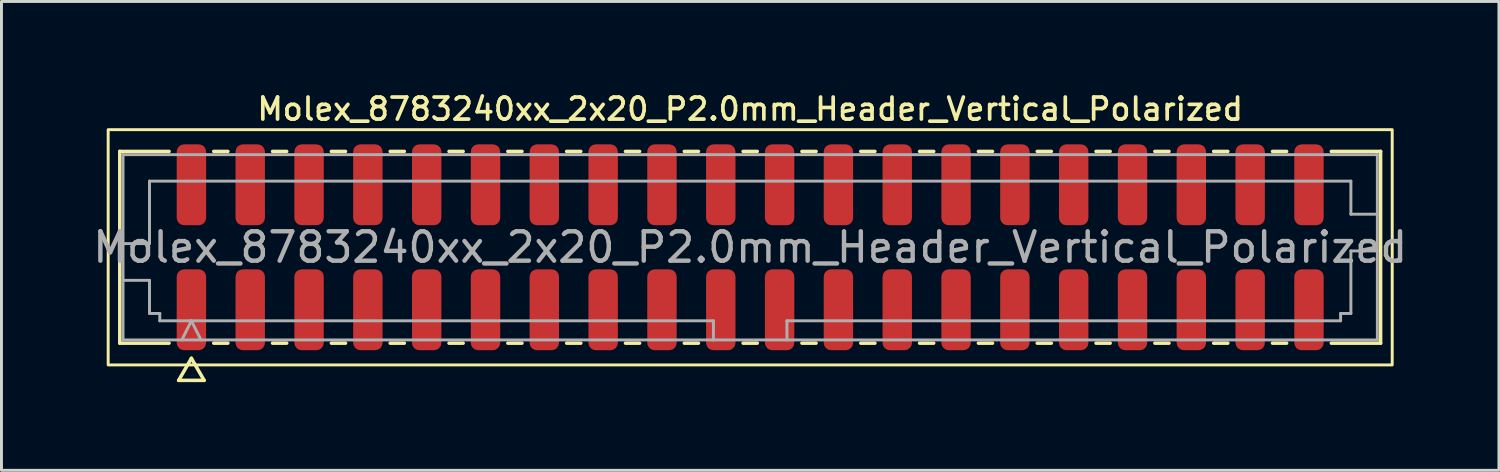
<source format=kicad_pcb>
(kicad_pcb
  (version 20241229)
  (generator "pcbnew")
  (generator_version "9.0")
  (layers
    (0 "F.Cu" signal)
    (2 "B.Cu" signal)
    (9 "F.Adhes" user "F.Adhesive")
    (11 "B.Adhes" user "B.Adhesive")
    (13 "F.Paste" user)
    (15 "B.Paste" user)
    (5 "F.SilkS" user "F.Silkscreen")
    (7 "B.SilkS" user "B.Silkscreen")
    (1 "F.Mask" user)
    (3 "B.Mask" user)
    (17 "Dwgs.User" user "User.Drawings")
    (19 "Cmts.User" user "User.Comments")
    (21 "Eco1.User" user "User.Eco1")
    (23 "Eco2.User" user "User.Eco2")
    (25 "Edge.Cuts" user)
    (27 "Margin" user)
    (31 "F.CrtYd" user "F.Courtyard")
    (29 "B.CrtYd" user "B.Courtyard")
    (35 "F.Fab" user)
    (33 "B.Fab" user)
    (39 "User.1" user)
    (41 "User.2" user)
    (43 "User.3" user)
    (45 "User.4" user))
  (footprint "Molex_8783240xx_2x20_P2.0mm_Header_Vertical_Polarized"
    (layer "F.Cu")
    (at 22.458 5.358)
    (property "Reference" "Molex_8783240xx_2x20_P2.0mm_Header_Vertical_Polarized" (at 0 -4.7 0) (layer "F.SilkS") (effects (font (size 0.75 0.75) (thickness 0.125))))
    (attr smd)
    (fp_line (start -21.435 -3.26) (end -19.76 -3.26) (stroke (width 0.12) (type solid)) (layer "F.SilkS"))
    (fp_line (start -21.435 3.26) (end -21.435 -3.26) (stroke (width 0.12) (type solid)) (layer "F.SilkS"))
    (fp_line (start -19.76 3.26) (end -21.435 3.26) (stroke (width 0.12) (type solid)) (layer "F.SilkS"))
    (fp_line (start -19.433 4.525) (end -19 3.775) (stroke (width 0.12) (type solid)) (layer "F.SilkS"))
    (fp_line (start -19 3.775) (end -18.567 4.525) (stroke (width 0.12) (type solid)) (layer "F.SilkS"))
    (fp_line (start -18.567 4.525) (end -19.433 4.525) (stroke (width 0.12) (type solid)) (layer "F.SilkS"))
    (fp_line (start -18.24 -3.26) (end -17.76 -3.26) (stroke (width 0.12) (type solid)) (layer "F.SilkS"))
    (fp_line (start -17.76 3.26) (end -18.24 3.26) (stroke (width 0.12) (type solid)) (layer "F.SilkS"))
    (fp_line (start -16.24 -3.26) (end -15.76 -3.26) (stroke (width 0.12) (type solid)) (layer "F.SilkS"))
    (fp_line (start -15.76 3.26) (end -16.24 3.26) (stroke (width 0.12) (type solid)) (layer "F.SilkS"))
    (fp_line (start -14.24 -3.26) (end -13.76 -3.26) (stroke (width 0.12) (type solid)) (layer "F.SilkS"))
    (fp_line (start -13.76 3.26) (end -14.24 3.26) (stroke (width 0.12) (type solid)) (layer "F.SilkS"))
    (fp_line (start -12.24 -3.26) (end -11.76 -3.26) (stroke (width 0.12) (type solid)) (layer "F.SilkS"))
    (fp_line (start -11.76 3.26) (end -12.24 3.26) (stroke (width 0.12) (type solid)) (layer "F.SilkS"))
    (fp_line (start -10.24 -3.26) (end -9.76 -3.26) (stroke (width 0.12) (type solid)) (layer "F.SilkS"))
    (fp_line (start -9.76 3.26) (end -10.24 3.26) (stroke (width 0.12) (type solid)) (layer "F.SilkS"))
    (fp_line (start -8.24 -3.26) (end -7.76 -3.26) (stroke (width 0.12) (type solid)) (layer "F.SilkS"))
    (fp_line (start -7.76 3.26) (end -8.24 3.26) (stroke (width 0.12) (type solid)) (layer "F.SilkS"))
    (fp_line (start -6.24 -3.26) (end -5.76 -3.26) (stroke (width 0.12) (type solid)) (layer "F.SilkS"))
    (fp_line (start -5.76 3.26) (end -6.24 3.26) (stroke (width 0.12) (type solid)) (layer "F.SilkS"))
    (fp_line (start -4.24 -3.26) (end -3.76 -3.26) (stroke (width 0.12) (type solid)) (layer "F.SilkS"))
    (fp_line (start -3.76 3.26) (end -4.24 3.26) (stroke (width 0.12) (type solid)) (layer "F.SilkS"))
    (fp_line (start -2.24 -3.26) (end -1.76 -3.26) (stroke (width 0.12) (type solid)) (layer "F.SilkS"))
    (fp_line (start -1.76 3.26) (end -2.24 3.26) (stroke (width 0.12) (type solid)) (layer "F.SilkS"))
    (fp_line (start -0.24 -3.26) (end 0.24 -3.26) (stroke (width 0.12) (type solid)) (layer "F.SilkS"))
    (fp_line (start 0.24 3.26) (end -0.24 3.26) (stroke (width 0.12) (type solid)) (layer "F.SilkS"))
    (fp_line (start 1.76 -3.26) (end 2.24 -3.26) (stroke (width 0.12) (type solid)) (layer "F.SilkS"))
    (fp_line (start 2.24 3.26) (end 1.76 3.26) (stroke (width 0.12) (type solid)) (layer "F.SilkS"))
    (fp_line (start 3.76 -3.26) (end 4.24 -3.26) (stroke (width 0.12) (type solid)) (layer "F.SilkS"))
    (fp_line (start 4.24 3.26) (end 3.76 3.26) (stroke (width 0.12) (type solid)) (layer "F.SilkS"))
    (fp_line (start 5.76 -3.26) (end 6.24 -3.26) (stroke (width 0.12) (type solid)) (layer "F.SilkS"))
    (fp_line (start 6.24 3.26) (end 5.76 3.26) (stroke (width 0.12) (type solid)) (layer "F.SilkS"))
    (fp_line (start 7.76 -3.26) (end 8.24 -3.26) (stroke (width 0.12) (type solid)) (layer "F.SilkS"))
    (fp_line (start 8.24 3.26) (end 7.76 3.26) (stroke (width 0.12) (type solid)) (layer "F.SilkS"))
    (fp_line (start 9.76 -3.26) (end 10.24 -3.26) (stroke (width 0.12) (type solid)) (layer "F.SilkS"))
    (fp_line (start 10.24 3.26) (end 9.76 3.26) (stroke (width 0.12) (type solid)) (layer "F.SilkS"))
    (fp_line (start 11.76 -3.26) (end 12.24 -3.26) (stroke (width 0.12) (type solid)) (layer "F.SilkS"))
    (fp_line (start 12.24 3.26) (end 11.76 3.26) (stroke (width 0.12) (type solid)) (layer "F.SilkS"))
    (fp_line (start 13.76 -3.26) (end 14.24 -3.26) (stroke (width 0.12) (type solid)) (layer "F.SilkS"))
    (fp_line (start 14.24 3.26) (end 13.76 3.26) (stroke (width 0.12) (type solid)) (layer "F.SilkS"))
    (fp_line (start 15.76 -3.26) (end 16.24 -3.26) (stroke (width 0.12) (type solid)) (layer "F.SilkS"))
    (fp_line (start 16.24 3.26) (end 15.76 3.26) (stroke (width 0.12) (type solid)) (layer "F.SilkS"))
    (fp_line (start 17.76 -3.26) (end 18.24 -3.26) (stroke (width 0.12) (type solid)) (layer "F.SilkS"))
    (fp_line (start 18.24 3.26) (end 17.76 3.26) (stroke (width 0.12) (type solid)) (layer "F.SilkS"))
    (fp_line (start 19.76 -3.26) (end 21.435 -3.26) (stroke (width 0.12) (type solid)) (layer "F.SilkS"))
    (fp_line (start 21.435 -3.26) (end 21.435 3.26) (stroke (width 0.12) (type solid)) (layer "F.SilkS"))
    (fp_line (start 21.435 3.26) (end 19.76 3.26) (stroke (width 0.12) (type solid)) (layer "F.SilkS"))
    (fp_rect (start -21.83 -4) (end 21.83 4) (stroke (width 0.1) (type solid)) (fill no) (layer "F.SilkS"))
    (fp_line (start -21.325 -3.15) (end 21.325 -3.15) (stroke (width 0.1) (type solid)) (layer "F.Fab"))
    (fp_line (start -21.325 -0.125) (end -20.425 -0.125) (stroke (width 0.1) (type solid)) (layer "F.Fab"))
    (fp_line (start -21.325 1.125) (end -20.425 1.125) (stroke (width 0.1) (type solid)) (layer "F.Fab"))
    (fp_line (start -21.325 3.15) (end -21.325 -3.15) (stroke (width 0.1) (type solid)) (layer "F.Fab"))
    (fp_line (start -20.425 -2.25) (end 20.425 -2.25) (stroke (width 0.1) (type solid)) (layer "F.Fab"))
    (fp_line (start -20.425 -0.125) (end -20.425 -2.25) (stroke (width 0.1) (type solid)) (layer "F.Fab"))
    (fp_line (start -20.425 1.125) (end -20.425 2.25) (stroke (width 0.1) (type solid)) (layer "F.Fab"))
    (fp_line (start -20.425 2.25) (end -20.075 2.25) (stroke (width 0.1) (type solid)) (layer "F.Fab"))
    (fp_line (start -20.075 2.25) (end -20.075 2.5) (stroke (width 0.1) (type solid)) (layer "F.Fab"))
    (fp_line (start -20.075 2.5) (end -1.25 2.5) (stroke (width 0.1) (type solid)) (layer "F.Fab"))
    (fp_line (start -19.325 3.15) (end -19 2.5) (stroke (width 0.1) (type solid)) (layer "F.Fab"))
    (fp_line (start -19 2.5) (end -18.675 3.15) (stroke (width 0.1) (type solid)) (layer "F.Fab"))
    (fp_line (start -1.25 2.5) (end -1.25 3.15) (stroke (width 0.1) (type solid)) (layer "F.Fab"))
    (fp_line (start 1.25 2.5) (end 1.25 3.15) (stroke (width 0.1) (type solid)) (layer "F.Fab"))
    (fp_line (start 1.25 2.5) (end 20.075 2.5) (stroke (width 0.1) (type solid)) (layer "F.Fab"))
    (fp_line (start 20.075 2.25) (end 20.425 2.25) (stroke (width 0.1) (type solid)) (layer "F.Fab"))
    (fp_line (start 20.075 2.5) (end 20.075 2.25) (stroke (width 0.1) (type solid)) (layer "F.Fab"))
    (fp_line (start 20.425 -2.25) (end 20.425 -1.125) (stroke (width 0.1) (type solid)) (layer "F.Fab"))
    (fp_line (start 20.425 -1.125) (end 21.325 -1.125) (stroke (width 0.1) (type solid)) (layer "F.Fab"))
    (fp_line (start 20.425 0.125) (end 21.325 0.125) (stroke (width 0.1) (type solid)) (layer "F.Fab"))
    (fp_line (start 20.425 2.25) (end 20.425 0.125) (stroke (width 0.1) (type solid)) (layer "F.Fab"))
    (fp_line (start 21.325 -3.15) (end 21.325 3.15) (stroke (width 0.1) (type solid)) (layer "F.Fab"))
    (fp_line (start 21.325 3.15) (end -21.325 3.15) (stroke (width 0.1) (type solid)) (layer "F.Fab"))
    (fp_text user "${REFERENCE}" (at 0 0 0) (layer "F.Fab") (effects (font (size 1 1) (thickness 0.15))))
    (pad "1" smd roundrect (at -19 2.125) (size 1 2.75) (layers "F.Cu" "F.Mask" "F.Paste") (roundrect_rratio 0.25))
    (pad "2" smd roundrect (at -19 -2.125) (size 1 2.75) (layers "F.Cu" "F.Mask" "F.Paste") (roundrect_rratio 0.25))
    (pad "3" smd roundrect (at -17 2.125) (size 1 2.75) (layers "F.Cu" "F.Mask" "F.Paste") (roundrect_rratio 0.25))
    (pad "4" smd roundrect (at -17 -2.125) (size 1 2.75) (layers "F.Cu" "F.Mask" "F.Paste") (roundrect_rratio 0.25))
    (pad "5" smd roundrect (at -15 2.125) (size 1 2.75) (layers "F.Cu" "F.Mask" "F.Paste") (roundrect_rratio 0.25))
    (pad "6" smd roundrect (at -15 -2.125) (size 1 2.75) (layers "F.Cu" "F.Mask" "F.Paste") (roundrect_rratio 0.25))
    (pad "7" smd roundrect (at -13 2.125) (size 1 2.75) (layers "F.Cu" "F.Mask" "F.Paste") (roundrect_rratio 0.25))
    (pad "8" smd roundrect (at -13 -2.125) (size 1 2.75) (layers "F.Cu" "F.Mask" "F.Paste") (roundrect_rratio 0.25))
    (pad "9" smd roundrect (at -11 2.125) (size 1 2.75) (layers "F.Cu" "F.Mask" "F.Paste") (roundrect_rratio 0.25))
    (pad "10" smd roundrect (at -11 -2.125) (size 1 2.75) (layers "F.Cu" "F.Mask" "F.Paste") (roundrect_rratio 0.25))
    (pad "11" smd roundrect (at -9 2.125) (size 1 2.75) (layers "F.Cu" "F.Mask" "F.Paste") (roundrect_rratio 0.25))
    (pad "12" smd roundrect (at -9 -2.125) (size 1 2.75) (layers "F.Cu" "F.Mask" "F.Paste") (roundrect_rratio 0.25))
    (pad "13" smd roundrect (at -7 2.125) (size 1 2.75) (layers "F.Cu" "F.Mask" "F.Paste") (roundrect_rratio 0.25))
    (pad "14" smd roundrect (at -7 -2.125) (size 1 2.75) (layers "F.Cu" "F.Mask" "F.Paste") (roundrect_rratio 0.25))
    (pad "15" smd roundrect (at -5 2.125) (size 1 2.75) (layers "F.Cu" "F.Mask" "F.Paste") (roundrect_rratio 0.25))
    (pad "16" smd roundrect (at -5 -2.125) (size 1 2.75) (layers "F.Cu" "F.Mask" "F.Paste") (roundrect_rratio 0.25))
    (pad "17" smd roundrect (at -3 2.125) (size 1 2.75) (layers "F.Cu" "F.Mask" "F.Paste") (roundrect_rratio 0.25))
    (pad "18" smd roundrect (at -3 -2.125) (size 1 2.75) (layers "F.Cu" "F.Mask" "F.Paste") (roundrect_rratio 0.25))
    (pad "19" smd roundrect (at -1 2.125) (size 1 2.75) (layers "F.Cu" "F.Mask" "F.Paste") (roundrect_rratio 0.25))
    (pad "20" smd roundrect (at -1 -2.125) (size 1 2.75) (layers "F.Cu" "F.Mask" "F.Paste") (roundrect_rratio 0.25))
    (pad "21" smd roundrect (at 1 2.125) (size 1 2.75) (layers "F.Cu" "F.Mask" "F.Paste") (roundrect_rratio 0.25))
    (pad "22" smd roundrect (at 1 -2.125) (size 1 2.75) (layers "F.Cu" "F.Mask" "F.Paste") (roundrect_rratio 0.25))
    (pad "23" smd roundrect (at 3 2.125) (size 1 2.75) (layers "F.Cu" "F.Mask" "F.Paste") (roundrect_rratio 0.25))
    (pad "24" smd roundrect (at 3 -2.125) (size 1 2.75) (layers "F.Cu" "F.Mask" "F.Paste") (roundrect_rratio 0.25))
    (pad "25" smd roundrect (at 5 2.125) (size 1 2.75) (layers "F.Cu" "F.Mask" "F.Paste") (roundrect_rratio 0.25))
    (pad "26" smd roundrect (at 5 -2.125) (size 1 2.75) (layers "F.Cu" "F.Mask" "F.Paste") (roundrect_rratio 0.25))
    (pad "27" smd roundrect (at 7 2.125) (size 1 2.75) (layers "F.Cu" "F.Mask" "F.Paste") (roundrect_rratio 0.25))
    (pad "28" smd roundrect (at 7 -2.125) (size 1 2.75) (layers "F.Cu" "F.Mask" "F.Paste") (roundrect_rratio 0.25))
    (pad "29" smd roundrect (at 9 2.125) (size 1 2.75) (layers "F.Cu" "F.Mask" "F.Paste") (roundrect_rratio 0.25))
    (pad "30" smd roundrect (at 9 -2.125) (size 1 2.75) (layers "F.Cu" "F.Mask" "F.Paste") (roundrect_rratio 0.25))
    (pad "31" smd roundrect (at 11 2.125) (size 1 2.75) (layers "F.Cu" "F.Mask" "F.Paste") (roundrect_rratio 0.25))
    (pad "32" smd roundrect (at 11 -2.125) (size 1 2.75) (layers "F.Cu" "F.Mask" "F.Paste") (roundrect_rratio 0.25))
    (pad "33" smd roundrect (at 13 2.125) (size 1 2.75) (layers "F.Cu" "F.Mask" "F.Paste") (roundrect_rratio 0.25))
    (pad "34" smd roundrect (at 13 -2.125) (size 1 2.75) (layers "F.Cu" "F.Mask" "F.Paste") (roundrect_rratio 0.25))
    (pad "35" smd roundrect (at 15 2.125) (size 1 2.75) (layers "F.Cu" "F.Mask" "F.Paste") (roundrect_rratio 0.25))
    (pad "36" smd roundrect (at 15 -2.125) (size 1 2.75) (layers "F.Cu" "F.Mask" "F.Paste") (roundrect_rratio 0.25))
    (pad "37" smd roundrect (at 17 2.125) (size 1 2.75) (layers "F.Cu" "F.Mask" "F.Paste") (roundrect_rratio 0.25))
    (pad "38" smd roundrect (at 17 -2.125) (size 1 2.75) (layers "F.Cu" "F.Mask" "F.Paste") (roundrect_rratio 0.25))
    (pad "39" smd roundrect (at 19 2.125) (size 1 2.75) (layers "F.Cu" "F.Mask" "F.Paste") (roundrect_rratio 0.25))
    (pad "40" smd roundrect (at 19 -2.125) (size 1 2.75) (layers "F.Cu" "F.Mask" "F.Paste") (roundrect_rratio 0.25)))
  (gr_rect
    (start -3 -3)
    (end 47.917 12.943)
    (stroke (width 0.1) (type default))
    (fill no)
    (layer "Edge.Cuts")))
</source>
